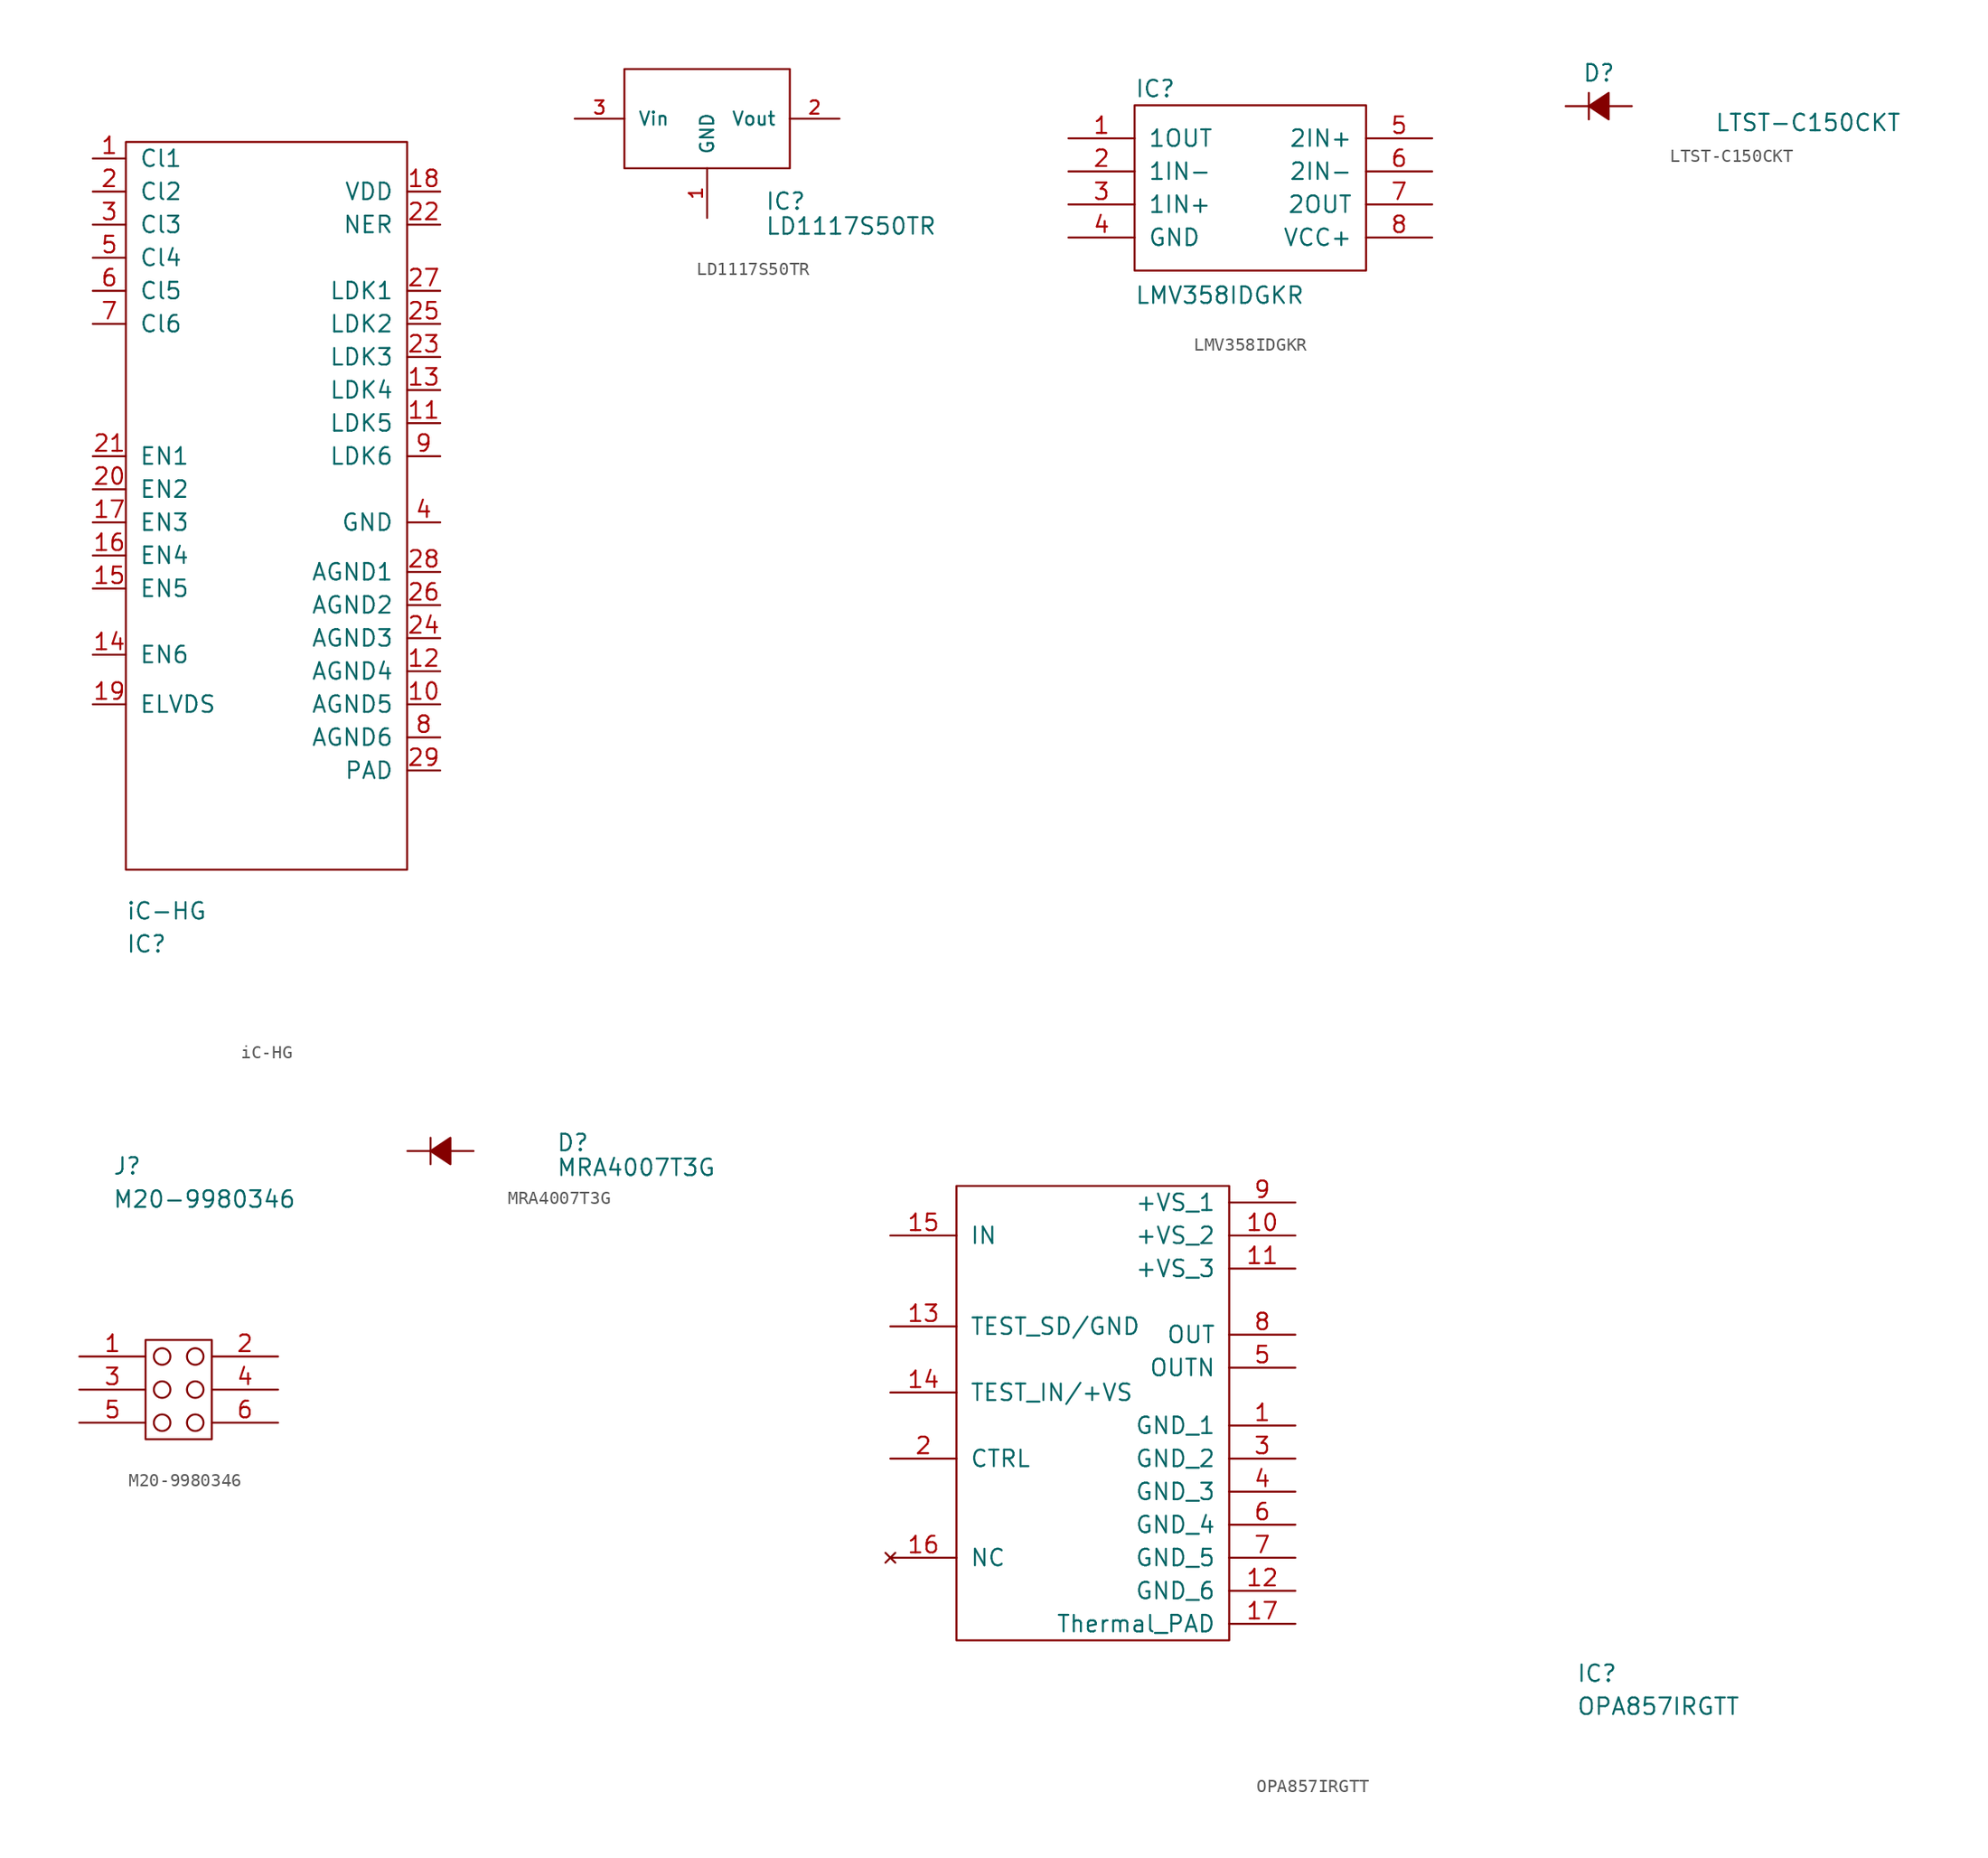
<source format=kicad_sym>
(kicad_symbol_lib
  (version 20210619)
  (generator kicad_symbol_editor)
  (symbol "iC-HG"
    (pin_names
      (offset 1.016))
    (property "Reference" "IC"
      (at -10.795 -31.115 0)
      (effects (font (size 1.27 1.27)) (justify left)))
    (property "Value" "iC-HG"
      (at -10.795 -28.575 0)
      (effects (font (size 1.27 1.27)) (justify left)))
    (symbol "iC-HG_1_1"
      (rectangle (start -10.795 30.48) (end 10.795 -25.4) (stroke (width 0)) (fill (type none)))
      (pin input line (at -13.335 29.21 0) (length 2.54) (name "Cl1" (effects (font (size 1.27 1.27)))) (number "1" (effects (font (size 1.27 1.27)))))
      (pin input line (at 13.335 -12.7 180) (length 2.54) (name "AGND5" (effects (font (size 1.27 1.27)))) (number "10" (effects (font (size 1.27 1.27)))))
      (pin input line (at 13.335 8.89 180) (length 2.54) (name "LDK5" (effects (font (size 1.27 1.27)))) (number "11" (effects (font (size 1.27 1.27)))))
      (pin input line (at 13.335 -10.16 180) (length 2.54) (name "AGND4" (effects (font (size 1.27 1.27)))) (number "12" (effects (font (size 1.27 1.27)))))
      (pin input line (at 13.335 11.43 180) (length 2.54) (name "LDK4" (effects (font (size 1.27 1.27)))) (number "13" (effects (font (size 1.27 1.27)))))
      (pin input line (at -13.335 -8.89 0) (length 2.54) (name "EN6" (effects (font (size 1.27 1.27)))) (number "14" (effects (font (size 1.27 1.27)))))
      (pin input line (at -13.335 -3.81 0) (length 2.54) (name "EN5" (effects (font (size 1.27 1.27)))) (number "15" (effects (font (size 1.27 1.27)))))
      (pin input line (at -13.335 -1.27 0) (length 2.54) (name "EN4" (effects (font (size 1.27 1.27)))) (number "16" (effects (font (size 1.27 1.27)))))
      (pin input line (at -13.335 1.27 0) (length 2.54) (name "EN3" (effects (font (size 1.27 1.27)))) (number "17" (effects (font (size 1.27 1.27)))))
      (pin input line (at 13.335 26.67 180) (length 2.54) (name "VDD" (effects (font (size 1.27 1.27)))) (number "18" (effects (font (size 1.27 1.27)))))
      (pin input line (at -13.335 -12.7 0) (length 2.54) (name "ELVDS" (effects (font (size 1.27 1.27)))) (number "19" (effects (font (size 1.27 1.27)))))
      (pin input line (at -13.335 26.67 0) (length 2.54) (name "Cl2" (effects (font (size 1.27 1.27)))) (number "2" (effects (font (size 1.27 1.27)))))
      (pin input line (at -13.335 3.81 0) (length 2.54) (name "EN2" (effects (font (size 1.27 1.27)))) (number "20" (effects (font (size 1.27 1.27)))))
      (pin input line (at -13.335 6.35 0) (length 2.54) (name "EN1" (effects (font (size 1.27 1.27)))) (number "21" (effects (font (size 1.27 1.27)))))
      (pin input line (at 13.335 24.13 180) (length 2.54) (name "NER" (effects (font (size 1.27 1.27)))) (number "22" (effects (font (size 1.27 1.27)))))
      (pin input line (at 13.335 13.97 180) (length 2.54) (name "LDK3" (effects (font (size 1.27 1.27)))) (number "23" (effects (font (size 1.27 1.27)))))
      (pin input line (at 13.335 -7.62 180) (length 2.54) (name "AGND3" (effects (font (size 1.27 1.27)))) (number "24" (effects (font (size 1.27 1.27)))))
      (pin input line (at 13.335 16.51 180) (length 2.54) (name "LDK2" (effects (font (size 1.27 1.27)))) (number "25" (effects (font (size 1.27 1.27)))))
      (pin input line (at 13.335 -5.08 180) (length 2.54) (name "AGND2" (effects (font (size 1.27 1.27)))) (number "26" (effects (font (size 1.27 1.27)))))
      (pin input line (at 13.335 19.05 180) (length 2.54) (name "LDK1" (effects (font (size 1.27 1.27)))) (number "27" (effects (font (size 1.27 1.27)))))
      (pin input line (at 13.335 -2.54 180) (length 2.54) (name "AGND1" (effects (font (size 1.27 1.27)))) (number "28" (effects (font (size 1.27 1.27)))))
      (pin input line (at 13.335 -17.78 180) (length 2.54) (name "PAD" (effects (font (size 1.27 1.27)))) (number "29" (effects (font (size 1.27 1.27)))))
      (pin input line (at -13.335 24.13 0) (length 2.54) (name "Cl3" (effects (font (size 1.27 1.27)))) (number "3" (effects (font (size 1.27 1.27)))))
      (pin input line (at 13.335 1.27 180) (length 2.54) (name "GND" (effects (font (size 1.27 1.27)))) (number "4" (effects (font (size 1.27 1.27)))))
      (pin input line (at -13.335 21.59 0) (length 2.54) (name "Cl4" (effects (font (size 1.27 1.27)))) (number "5" (effects (font (size 1.27 1.27)))))
      (pin input line (at -13.335 19.05 0) (length 2.54) (name "Cl5" (effects (font (size 1.27 1.27)))) (number "6" (effects (font (size 1.27 1.27)))))
      (pin input line (at -13.335 16.51 0) (length 2.54) (name "Cl6" (effects (font (size 1.27 1.27)))) (number "7" (effects (font (size 1.27 1.27)))))
      (pin input line (at 13.335 -15.24 180) (length 2.54) (name "AGND6" (effects (font (size 1.27 1.27)))) (number "8" (effects (font (size 1.27 1.27)))))
      (pin input line (at 13.335 6.35 180) (length 2.54) (name "LDK6" (effects (font (size 1.27 1.27)))) (number "9" (effects (font (size 1.27 1.27)))))))
  (symbol "LD1117S50TR"
    (pin_names
      (offset 1.016))
    (property "Reference" "IC"
      (at 4.445 -6.35 0)
      (effects (font (size 1.27 1.27)) (justify left)))
    (property "Value" "LD1117S50TR"
      (at 4.445 -8.255 0)
      (effects (font (size 1.27 1.27)) (justify left)))
    (symbol "LD1117S50TR_1_1"
      (rectangle (start -6.35 -3.81) (end 6.35 3.81) (stroke (width 0)) (fill (type none)))
      (pin input line (at 0 -7.62 90) (length 3.81) (name "GND" (effects (font (size 1.016 1.016)))) (number "1" (effects (font (size 1.016 1.016)))))
      (pin input line (at 10.16 0 180) (length 3.81) (name "Vout" (effects (font (size 1.016 1.016)))) (number "2" (effects (font (size 1.016 1.016)))))
      (pin input line (at -10.16 0 0) (length 3.81) (name "Vin" (effects (font (size 1.016 1.016)))) (number "3" (effects (font (size 1.016 1.016)))))))
  (symbol "LMV358IDGKR"
    (pin_names
      (offset 1.016))
    (property "Reference" "IC"
      (at -8.89 7.62 0)
      (effects (font (size 1.27 1.27)) (justify left)))
    (property "Value" "LMV358IDGKR"
      (at -8.89 -8.255 0)
      (effects (font (size 1.27 1.27)) (justify left)))
    (symbol "LMV358IDGKR_1_1"
      (polyline (pts (xy -8.89 6.35) (xy 8.89 6.35) (xy 8.89 -6.35) (xy -8.89 -6.35) (xy -8.89 6.35)) (stroke (width 0.152)) (fill (type none)))
      (pin output line (at -13.97 3.81 0) (length 5.08) (name "1OUT" (effects (font (size 1.27 1.27)))) (number "1" (effects (font (size 1.27 1.27)))))
      (pin input line (at -13.97 1.27 0) (length 5.08) (name "1IN-" (effects (font (size 1.27 1.27)))) (number "2" (effects (font (size 1.27 1.27)))))
      (pin input line (at -13.97 -1.27 0) (length 5.08) (name "1IN+" (effects (font (size 1.27 1.27)))) (number "3" (effects (font (size 1.27 1.27)))))
      (pin power_in line (at -13.97 -3.81 0) (length 5.08) (name "GND" (effects (font (size 1.27 1.27)))) (number "4" (effects (font (size 1.27 1.27)))))
      (pin input line (at 13.97 3.81 180) (length 5.08) (name "2IN+" (effects (font (size 1.27 1.27)))) (number "5" (effects (font (size 1.27 1.27)))))
      (pin input line (at 13.97 1.27 180) (length 5.08) (name "2IN-" (effects (font (size 1.27 1.27)))) (number "6" (effects (font (size 1.27 1.27)))))
      (pin output line (at 13.97 -1.27 180) (length 5.08) (name "2OUT" (effects (font (size 1.27 1.27)))) (number "7" (effects (font (size 1.27 1.27)))))
      (pin power_in line (at 13.97 -3.81 180) (length 5.08) (name "VCC+" (effects (font (size 1.27 1.27)))) (number "8" (effects (font (size 1.27 1.27)))))))
  (symbol "LTST-C150CKT"
    (pin_numbers hide)
    (pin_names
      (offset 0.254) hide)
    (property "Reference" "D"
      (at -1.27 2.54 0)
      (effects (font (size 1.27 1.27)) (justify left)))
    (property "Value" "LTST-C150CKT"
      (at 8.89 -1.27 0)
      (effects (font (size 1.27 1.27)) (justify left)))
    (symbol "LTST-C150CKT_0_1"
      (polyline (pts (xy -0.762 -1.016) (xy -0.762 1.016)) (stroke (width 0)) (fill (type none)))
      (polyline (pts (xy -0.762 0) (xy 0.762 0)) (stroke (width 0)) (fill (type none)))
      (polyline (pts (xy 0.762 -1.016) (xy -0.762 0) (xy 0.762 1.016) (xy 0.762 -1.016)) (stroke (width 0)) (fill (type outline))))
    (symbol "LTST-C150CKT_1_1"
      (pin passive line (at -2.54 0 0) (length 1.778) (name "K" (effects (font (size 1.27 1.27)))) (number "1" (effects (font (size 1.27 1.27)))))
      (pin passive line (at 2.54 0 180) (length 1.778) (name "A" (effects (font (size 1.27 1.27)))) (number "2" (effects (font (size 1.27 1.27)))))))
  (symbol "M20-9980346"
    (pin_names
      (offset 1.016) hide)
    (property "Reference" "J"
      (at -5.08 17.145 0)
      (effects (font (size 1.27 1.27)) (justify left)))
    (property "Value" "M20-9980346"
      (at -5.08 14.605 0)
      (effects (font (size 1.27 1.27)) (justify left)))
    (symbol "M20-9980346_0_1"
      (circle (center -1.27 -2.54) (radius 0.635) (stroke (width 0)) (fill (type none)))
      (circle (center -1.27 0) (radius 0.635) (stroke (width 0)) (fill (type none)))
      (circle (center -1.27 2.54) (radius 0.635) (stroke (width 0)) (fill (type none)))
      (circle (center 1.27 -2.54) (radius 0.635) (stroke (width 0)) (fill (type none)))
      (circle (center 1.27 0) (radius 0.635) (stroke (width 0)) (fill (type none)))
      (circle (center 1.27 2.54) (radius 0.635) (stroke (width 0)) (fill (type none)))
      (rectangle (start -2.54 3.81) (end 2.54 -3.81) (stroke (width 0)) (fill (type none))))
    (symbol "M20-9980346_1_1"
      (pin unspecified line (at -7.62 2.54 0) (length 5.08) (name "1" (effects (font (size 1.27 1.27)))) (number "1" (effects (font (size 1.27 1.27)))))
      (pin unspecified line (at 7.62 2.54 180) (length 5.08) (name "2" (effects (font (size 1.27 1.27)))) (number "2" (effects (font (size 1.27 1.27)))))
      (pin unspecified line (at -7.62 0 0) (length 5.08) (name "3" (effects (font (size 1.27 1.27)))) (number "3" (effects (font (size 1.27 1.27)))))
      (pin unspecified line (at 7.62 0 180) (length 5.08) (name "4" (effects (font (size 1.27 1.27)))) (number "4" (effects (font (size 1.27 1.27)))))
      (pin unspecified line (at -7.62 -2.54 0) (length 5.08) (name "5" (effects (font (size 1.27 1.27)))) (number "5" (effects (font (size 1.27 1.27)))))
      (pin unspecified line (at 7.62 -2.54 180) (length 5.08) (name "6" (effects (font (size 1.27 1.27)))) (number "6" (effects (font (size 1.27 1.27)))))))
  (symbol "MRA4007T3G"
    (pin_numbers hide)
    (pin_names
      (offset 0.254) hide)
    (property "Reference" "D"
      (at 8.89 0.635 0)
      (effects (font (size 1.27 1.27)) (justify left)))
    (property "Value" "MRA4007T3G"
      (at 8.89 -1.27 0)
      (effects (font (size 1.27 1.27)) (justify left)))
    (symbol "MRA4007T3G_0_1"
      (polyline (pts (xy -0.762 -1.016) (xy -0.762 1.016)) (stroke (width 0)) (fill (type none)))
      (polyline (pts (xy -0.762 0) (xy 0.762 0)) (stroke (width 0)) (fill (type none)))
      (polyline (pts (xy 0.762 -1.016) (xy -0.762 0) (xy 0.762 1.016) (xy 0.762 -1.016)) (stroke (width 0)) (fill (type outline))))
    (symbol "MRA4007T3G_1_1"
      (pin passive line (at -2.54 0 0) (length 1.778) (name "K" (effects (font (size 1.27 1.27)))) (number "1" (effects (font (size 1.27 1.27)))))
      (pin passive line (at 2.54 0 180) (length 1.778) (name "A" (effects (font (size 1.27 1.27)))) (number "2" (effects (font (size 1.27 1.27)))))))
  (symbol "OPA857IRGTT"
    (pin_names
      (offset 1.016))
    (property "Reference" "IC"
      (at 34.925 -24.765 0)
      (effects (font (size 1.27 1.27)) (justify left)))
    (property "Value" "OPA857IRGTT"
      (at 34.925 -27.305 0)
      (effects (font (size 1.27 1.27)) (justify left)))
    (symbol "OPA857IRGTT_0_1"
      (rectangle (start 8.255 12.7) (end -12.7 -22.225) (stroke (width 0)) (fill (type none))))
    (symbol "OPA857IRGTT_1_1"
      (pin power_in line (at 13.335 -5.715 180) (length 5.08) (name "GND_1" (effects (font (size 1.27 1.27)))) (number "1" (effects (font (size 1.27 1.27)))))
      (pin unspecified line (at 13.335 8.89 180) (length 5.08) (name "+VS_2" (effects (font (size 1.27 1.27)))) (number "10" (effects (font (size 1.27 1.27)))))
      (pin unspecified line (at 13.335 6.35 180) (length 5.08) (name "+VS_3" (effects (font (size 1.27 1.27)))) (number "11" (effects (font (size 1.27 1.27)))))
      (pin power_in line (at 13.335 -18.415 180) (length 5.08) (name "GND_6" (effects (font (size 1.27 1.27)))) (number "12" (effects (font (size 1.27 1.27)))))
      (pin power_in line (at -17.78 1.905 0) (length 5.08) (name "TEST_SD/GND" (effects (font (size 1.27 1.27)))) (number "13" (effects (font (size 1.27 1.27)))))
      (pin input line (at -17.78 -3.175 0) (length 5.08) (name "TEST_IN/+VS" (effects (font (size 1.27 1.27)))) (number "14" (effects (font (size 1.27 1.27)))))
      (pin input line (at -17.78 8.89 0) (length 5.08) (name "IN" (effects (font (size 1.27 1.27)))) (number "15" (effects (font (size 1.27 1.27)))))
      (pin no_connect line (at -17.78 -15.875 0) (length 5.08) (name "NC" (effects (font (size 1.27 1.27)))) (number "16" (effects (font (size 1.27 1.27)))))
      (pin unspecified line (at 13.335 -20.955 180) (length 5.08) (name "Thermal_PAD" (effects (font (size 1.27 1.27)))) (number "17" (effects (font (size 1.27 1.27)))))
      (pin unspecified line (at -17.78 -8.255 0) (length 5.08) (name "CTRL" (effects (font (size 1.27 1.27)))) (number "2" (effects (font (size 1.27 1.27)))))
      (pin power_in line (at 13.335 -8.255 180) (length 5.08) (name "GND_2" (effects (font (size 1.27 1.27)))) (number "3" (effects (font (size 1.27 1.27)))))
      (pin power_in line (at 13.335 -10.795 180) (length 5.08) (name "GND_3" (effects (font (size 1.27 1.27)))) (number "4" (effects (font (size 1.27 1.27)))))
      (pin output line (at 13.335 -1.27 180) (length 5.08) (name "OUTN" (effects (font (size 1.27 1.27)))) (number "5" (effects (font (size 1.27 1.27)))))
      (pin power_in line (at 13.335 -13.335 180) (length 5.08) (name "GND_4" (effects (font (size 1.27 1.27)))) (number "6" (effects (font (size 1.27 1.27)))))
      (pin power_in line (at 13.335 -15.875 180) (length 5.08) (name "GND_5" (effects (font (size 1.27 1.27)))) (number "7" (effects (font (size 1.27 1.27)))))
      (pin output line (at 13.335 1.27 180) (length 5.08) (name "OUT" (effects (font (size 1.27 1.27)))) (number "8" (effects (font (size 1.27 1.27)))))
      (pin unspecified line (at 13.335 11.43 180) (length 5.08) (name "+VS_1" (effects (font (size 1.27 1.27)))) (number "9" (effects (font (size 1.27 1.27))))))))
</source>
